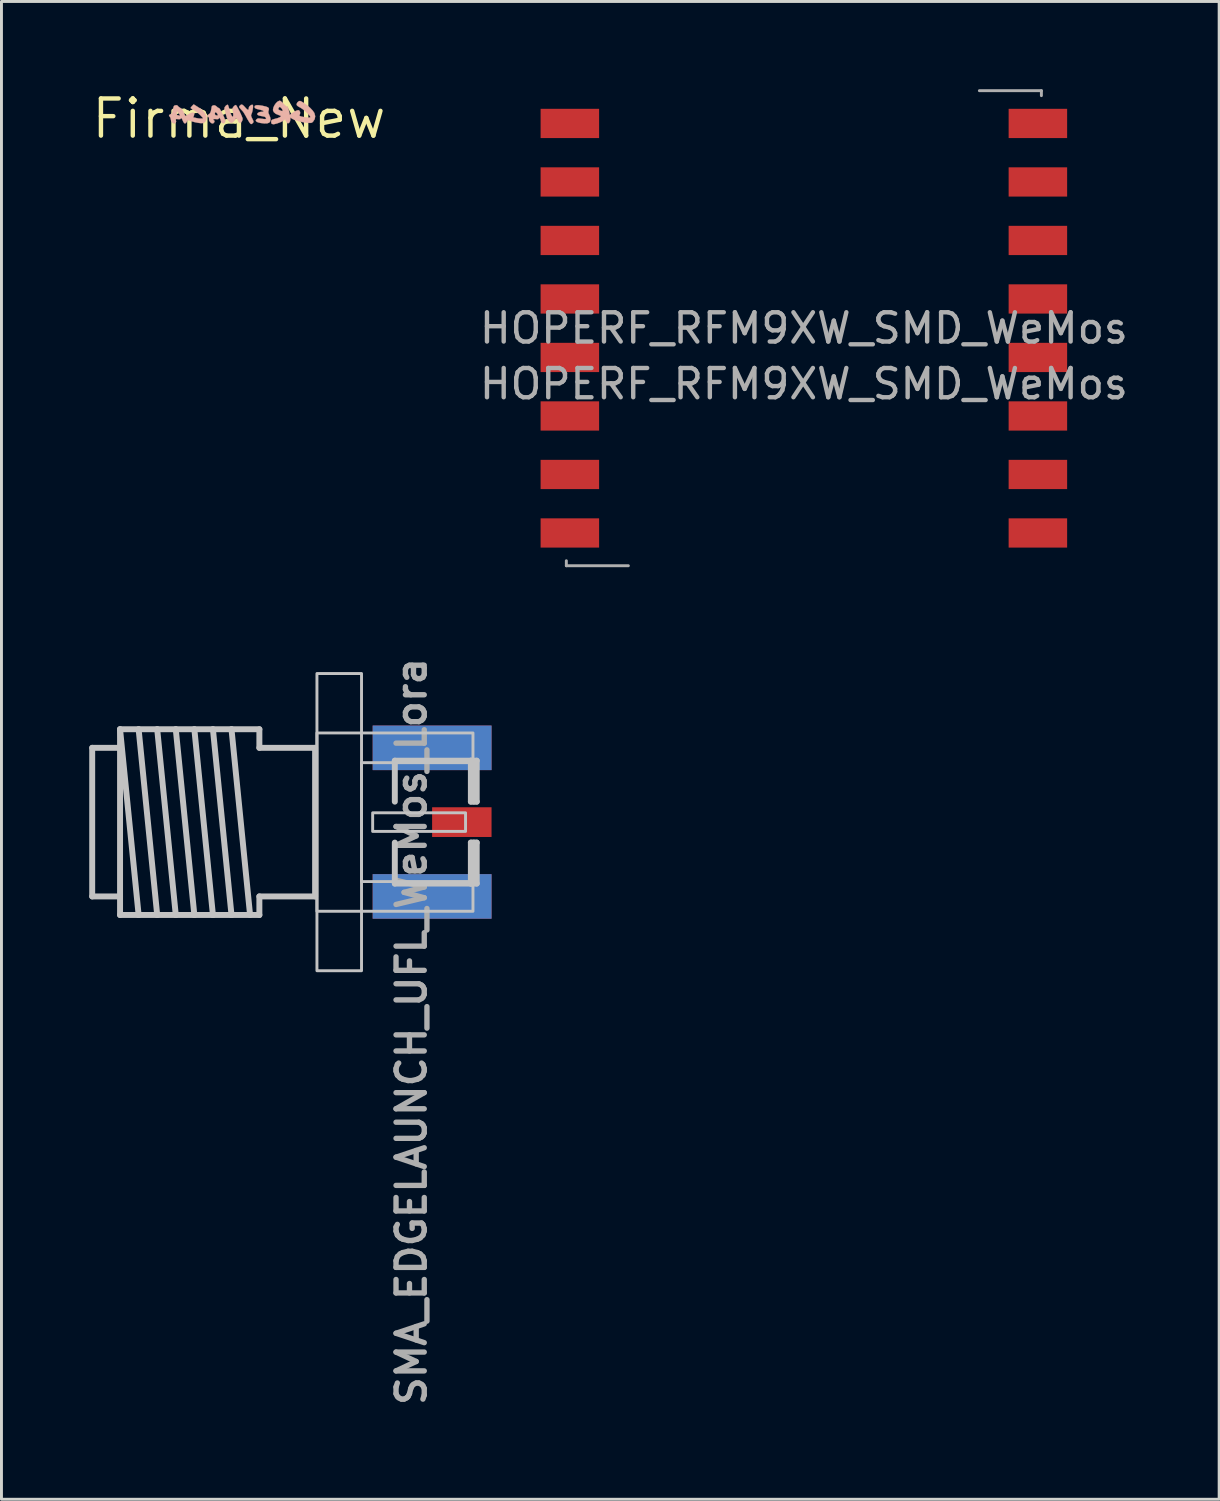
<source format=kicad_pcb>
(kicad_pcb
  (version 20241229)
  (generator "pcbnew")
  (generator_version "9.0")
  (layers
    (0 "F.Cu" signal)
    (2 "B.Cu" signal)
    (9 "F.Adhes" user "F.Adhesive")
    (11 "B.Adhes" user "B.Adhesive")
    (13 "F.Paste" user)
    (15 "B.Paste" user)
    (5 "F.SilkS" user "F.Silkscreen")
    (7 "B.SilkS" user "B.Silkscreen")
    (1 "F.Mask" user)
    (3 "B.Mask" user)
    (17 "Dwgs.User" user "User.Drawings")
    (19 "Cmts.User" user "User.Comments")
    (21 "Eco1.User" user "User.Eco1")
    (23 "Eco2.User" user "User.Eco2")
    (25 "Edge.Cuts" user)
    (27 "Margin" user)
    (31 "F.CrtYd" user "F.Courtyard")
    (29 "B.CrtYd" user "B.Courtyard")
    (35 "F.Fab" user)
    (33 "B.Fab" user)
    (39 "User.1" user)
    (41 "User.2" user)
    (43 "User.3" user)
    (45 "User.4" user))
  (footprint "SMA_EDGELAUNCH_UFL_WeMos_Lora"
    (layer "F.Cu")
    (at 9.69 25.055)
    (property "Reference" "SMA_EDGELAUNCH_UFL_WeMos_Lora" (at 0.762 -5.715 90) (layer "F.Fab") (effects (font (size 0.965 0.965) (thickness 0.183)) (justify right top)))
    (attr through_hole)
    (fp_poly (pts (xy 0.889 -0.938) (xy 3.226 -0.938) (xy 3.226 -1.853) (xy 0.889 -1.853)) (stroke (width 0) (type solid)) (fill yes) (layer "F.Mask"))
    (fp_poly (pts (xy 0.889 1.853) (xy 3.226 1.853) (xy 3.226 0.938) (xy 0.889 0.938)) (stroke (width 0) (type solid)) (fill yes) (layer "F.Mask"))
    (fp_poly (pts (xy 0.991 -0.989) (xy 3.124 -0.989) (xy 3.124 -1.802) (xy 0.991 -1.802)) (stroke (width 0) (type solid)) (fill yes) (layer "F.Paste"))
    (fp_poly (pts (xy 0.991 1.802) (xy 3.124 1.802) (xy 3.124 0.989) (xy 0.991 0.989)) (stroke (width 0) (type solid)) (fill yes) (layer "F.Paste"))
    (fp_poly (pts (xy 3.2 0.483) (xy 3.962 0.483) (xy 3.962 -0.483) (xy 3.2 -0.483)) (stroke (width 0) (type solid)) (fill yes) (layer "F.Paste"))
    (fp_line (start -9.588 -2.54) (end -8.636 -2.54) (stroke (width 0.203) (type solid)) (layer "Dwgs.User"))
    (fp_line (start -9.588 2.54) (end -9.588 -2.54) (stroke (width 0.203) (type solid)) (layer "Dwgs.User"))
    (fp_line (start -8.636 -3.175) (end -8.001 -3.175) (stroke (width 0.203) (type solid)) (layer "Dwgs.User"))
    (fp_line (start -8.636 -3.175) (end -8.001 3.175) (stroke (width 0.203) (type solid)) (layer "Dwgs.User"))
    (fp_line (start -8.636 -2.54) (end -8.636 -3.175) (stroke (width 0.203) (type solid)) (layer "Dwgs.User"))
    (fp_line (start -8.636 -2.54) (end -8.636 2.54) (stroke (width 0.203) (type solid)) (layer "Dwgs.User"))
    (fp_line (start -8.636 2.54) (end -9.588 2.54) (stroke (width 0.203) (type solid)) (layer "Dwgs.User"))
    (fp_line (start -8.636 3.175) (end -8.636 2.54) (stroke (width 0.203) (type solid)) (layer "Dwgs.User"))
    (fp_line (start -8.001 -3.175) (end -7.366 -3.175) (stroke (width 0.203) (type solid)) (layer "Dwgs.User"))
    (fp_line (start -8.001 -3.175) (end -7.366 3.175) (stroke (width 0.203) (type solid)) (layer "Dwgs.User"))
    (fp_line (start -8.001 3.175) (end -8.636 3.175) (stroke (width 0.203) (type solid)) (layer "Dwgs.User"))
    (fp_line (start -7.366 -3.175) (end -6.731 -3.175) (stroke (width 0.203) (type solid)) (layer "Dwgs.User"))
    (fp_line (start -7.366 -3.175) (end -6.731 3.175) (stroke (width 0.203) (type solid)) (layer "Dwgs.User"))
    (fp_line (start -7.366 3.175) (end -8.001 3.175) (stroke (width 0.203) (type solid)) (layer "Dwgs.User"))
    (fp_line (start -6.731 -3.175) (end -6.096 -3.175) (stroke (width 0.203) (type solid)) (layer "Dwgs.User"))
    (fp_line (start -6.731 -3.175) (end -6.096 3.175) (stroke (width 0.203) (type solid)) (layer "Dwgs.User"))
    (fp_line (start -6.731 3.175) (end -7.366 3.175) (stroke (width 0.203) (type solid)) (layer "Dwgs.User"))
    (fp_line (start -6.096 -3.175) (end -5.461 -3.175) (stroke (width 0.203) (type solid)) (layer "Dwgs.User"))
    (fp_line (start -6.096 -3.175) (end -5.461 3.175) (stroke (width 0.203) (type solid)) (layer "Dwgs.User"))
    (fp_line (start -6.096 3.175) (end -6.731 3.175) (stroke (width 0.203) (type solid)) (layer "Dwgs.User"))
    (fp_line (start -5.461 -3.175) (end -4.826 -3.175) (stroke (width 0.203) (type solid)) (layer "Dwgs.User"))
    (fp_line (start -5.461 -3.175) (end -4.826 3.175) (stroke (width 0.203) (type solid)) (layer "Dwgs.User"))
    (fp_line (start -5.461 3.175) (end -6.096 3.175) (stroke (width 0.203) (type solid)) (layer "Dwgs.User"))
    (fp_line (start -4.826 -3.175) (end -4.191 3.175) (stroke (width 0.203) (type solid)) (layer "Dwgs.User"))
    (fp_line (start -4.826 -3.175) (end -3.873 -3.175) (stroke (width 0.203) (type solid)) (layer "Dwgs.User"))
    (fp_line (start -4.826 3.175) (end -5.461 3.175) (stroke (width 0.203) (type solid)) (layer "Dwgs.User"))
    (fp_line (start -3.873 -3.175) (end -3.873 -2.54) (stroke (width 0.203) (type solid)) (layer "Dwgs.User"))
    (fp_line (start -3.873 -2.54) (end -1.968 -2.54) (stroke (width 0.203) (type solid)) (layer "Dwgs.User"))
    (fp_line (start -3.873 2.54) (end -3.873 3.175) (stroke (width 0.203) (type solid)) (layer "Dwgs.User"))
    (fp_line (start -3.873 3.175) (end -4.826 3.175) (stroke (width 0.203) (type solid)) (layer "Dwgs.User"))
    (fp_line (start -1.968 -2.54) (end -1.968 2.54) (stroke (width 0.203) (type solid)) (layer "Dwgs.User"))
    (fp_line (start -1.968 2.54) (end -3.873 2.54) (stroke (width 0.203) (type solid)) (layer "Dwgs.User"))
    (fp_line (start 0.757 -0.7) (end 0.757 -2.1) (stroke (width 0.203) (type solid)) (layer "Dwgs.User"))
    (fp_line (start 0.757 2.1) (end 0.757 0.7) (stroke (width 0.203) (type solid)) (layer "Dwgs.User"))
    (fp_line (start 0.757 2.1) (end 3.357 2.1) (stroke (width 0.203) (type solid)) (layer "Dwgs.User"))
    (fp_line (start 3.357 -2.1) (end 0.757 -2.1) (stroke (width 0.203) (type solid)) (layer "Dwgs.User"))
    (fp_line (start 3.357 -0.7) (end 3.357 -2.1) (stroke (width 0.203) (type solid)) (layer "Dwgs.User"))
    (fp_line (start 3.357 2.1) (end 3.357 0.7) (stroke (width 0.203) (type solid)) (layer "Dwgs.User"))
    (fp_line (start 3.457 -0.7) (end 3.457 -2) (stroke (width 0.203) (type solid)) (layer "Dwgs.User"))
    (fp_line (start 3.457 2) (end 3.457 0.7) (stroke (width 0.203) (type solid)) (layer "Dwgs.User"))
    (fp_line (start 3.557 -2.1) (end 3.357 -2.1) (stroke (width 0.203) (type solid)) (layer "Dwgs.User"))
    (fp_line (start 3.557 -0.7) (end 3.357 -0.7) (stroke (width 0.203) (type solid)) (layer "Dwgs.User"))
    (fp_line (start 3.557 -0.7) (end 3.557 -2.1) (stroke (width 0.203) (type solid)) (layer "Dwgs.User"))
    (fp_line (start 3.557 0.7) (end 3.357 0.7) (stroke (width 0.203) (type solid)) (layer "Dwgs.User"))
    (fp_line (start 3.557 2.1) (end 3.357 2.1) (stroke (width 0.203) (type solid)) (layer "Dwgs.User"))
    (fp_line (start 3.557 2.1) (end 3.557 0.7) (stroke (width 0.203) (type solid)) (layer "Dwgs.User"))
    (fp_poly (pts (xy -1.905 -5.08) (xy -0.381 -5.08) (xy -0.381 5.08) (xy -1.905 5.08)) (stroke (width 0.1) (type solid)) (fill no) (layer "Dwgs.User"))
    (fp_poly (pts (xy 0 0.318) (xy 3.175 0.318) (xy 3.175 -0.318) (xy 0 -0.318)) (stroke (width 0.1) (type solid)) (fill no) (layer "Dwgs.User"))
    (fp_poly (pts (xy -1.905 -3.048) (xy 3.429 -3.048) (xy 3.429 -2.032) (xy -0.381 -2.032) (xy -0.381 2.032) (xy 3.429 2.032) (xy 3.429 3.048) (xy -1.905 3.048)) (stroke (width 0.1) (type solid)) (fill no) (layer "Dwgs.User"))
    (pad "1" smd rect (at 3.048 0 90) (size 1.016 2.032) (layers "F.Cu" "F.Mask" "F.Paste"))
    (pad "2" smd rect (at 2.032 2.54 90) (size 1.524 4.064) (layers "F.Cu" "F.Mask" "F.Paste"))
    (pad "3" smd rect (at 2.032 -2.54 90) (size 1.524 4.064) (layers "F.Cu" "F.Mask" "F.Paste"))
    (pad "4" smd rect (at 2.032 -2.54 90) (size 1.524 4.064) (layers "B.Cu" "B.Mask" "B.Paste"))
    (pad "5" smd rect (at 2.032 2.54 90) (size 1.524 4.064) (layers "B.Cu" "B.Mask" "B.Paste")))
  (footprint "HOPERF_RFM9XW_SMD_WeMos"
    (layer "F.Cu")
    (at 24.431 8.17)
    (property "Reference" "HOPERF_RFM9XW_SMD_WeMos" (at 0 1.905 0) (layer "F.Fab") (effects (font (size 1 1) (thickness 0.15))))
    (attr smd)
    (fp_line (start -8.12 8.12) (end -8.12 7.95) (stroke (width 0.1) (type solid)) (layer "F.Fab"))
    (fp_line (start -8.12 8.12) (end -6 8.12) (stroke (width 0.1) (type solid)) (layer "F.Fab"))
    (fp_line (start 6 -8.12) (end 8.12 -8.12) (stroke (width 0.1) (type solid)) (layer "F.Fab"))
    (fp_line (start 8.12 -8.12) (end 8.12 -7.95) (stroke (width 0.1) (type solid)) (layer "F.Fab"))
    (fp_text user "${REFERENCE}" (at 0 0 0) (layer "F.Fab") (effects (font (size 1 1) (thickness 0.15))))
    (pad "1" smd rect (at -8 -7) (size 2 1) (layers "F.Cu" "F.Mask" "F.Paste"))
    (pad "2" smd rect (at -8 -5) (size 2 1) (layers "F.Cu" "F.Mask" "F.Paste"))
    (pad "3" smd rect (at -8 -3) (size 2 1) (layers "F.Cu" "F.Mask" "F.Paste"))
    (pad "4" smd rect (at -8 -1) (size 2 1) (layers "F.Cu" "F.Mask" "F.Paste"))
    (pad "5" smd rect (at -8 1) (size 2 1) (layers "F.Cu" "F.Mask" "F.Paste"))
    (pad "6" smd rect (at -8 3) (size 2 1) (layers "F.Cu" "F.Mask" "F.Paste"))
    (pad "7" smd rect (at -8 5) (size 2 1) (layers "F.Cu" "F.Mask" "F.Paste"))
    (pad "8" smd rect (at -8 7) (size 2 1) (layers "F.Cu" "F.Mask" "F.Paste"))
    (pad "9" smd rect (at 8 7) (size 2 1) (layers "F.Cu" "F.Mask" "F.Paste"))
    (pad "10" smd rect (at 8 5) (size 2 1) (layers "F.Cu" "F.Mask" "F.Paste"))
    (pad "11" smd rect (at 8 3) (size 2 1) (layers "F.Cu" "F.Mask" "F.Paste"))
    (pad "12" smd rect (at 8 1) (size 2 1) (layers "F.Cu" "F.Mask" "F.Paste"))
    (pad "13" smd rect (at 8 -1) (size 2 1) (layers "F.Cu" "F.Mask" "F.Paste"))
    (pad "14" smd rect (at 8 -3) (size 2 1) (layers "F.Cu" "F.Mask" "F.Paste"))
    (pad "15" smd rect (at 8 -5) (size 2 1) (layers "F.Cu" "F.Mask" "F.Paste"))
    (pad "16" smd rect (at 8 -7) (size 2 1) (layers "F.Cu" "F.Mask" "F.Paste")))
  (footprint "Firma_New"
    (layer "F.Cu")
    (at 5.118 1.006)
    (property "Reference" "Firma_New" (at 0 0 0) (layer "F.SilkS") (effects (font (size 1.27 1.27) (thickness 0.15))))
    (attr through_hole)
    (fp_poly (pts (xy 0.142 -0.458) (xy 0.196 -0.404) (xy 0.215 -0.382) (xy 0.271 -0.323) (xy 0.309 -0.301) (xy 0.33 -0.314) (xy 0.338 -0.364) (xy 0.338 -0.375) (xy 0.353 -0.412) (xy 0.388 -0.447) (xy 0.43 -0.47) (xy 0.465 -0.474) (xy 0.477 -0.465) (xy 0.483 -0.428) (xy 0.479 -0.365) (xy 0.468 -0.29) (xy 0.451 -0.218) (xy 0.431 -0.164) (xy 0.416 -0.127) (xy 0.416 -0.093) (xy 0.433 -0.046) (xy 0.456 0.002) (xy 0.486 0.064) (xy 0.498 0.101) (xy 0.493 0.127) (xy 0.474 0.15) (xy 0.437 0.184) (xy 0.408 0.183) (xy 0.377 0.153) (xy 0.352 0.118) (xy 0.315 0.057) (xy 0.271 -0.019) (xy 0.256 -0.048) (xy 0.213 -0.125) (xy 0.174 -0.19) (xy 0.147 -0.232) (xy 0.141 -0.239) (xy 0.112 -0.272) (xy 0.068 -0.319) (xy 0.055 -0.334) (xy 0.017 -0.377) (xy 0.006 -0.404) (xy 0.018 -0.428) (xy 0.031 -0.444) (xy 0.068 -0.476) (xy 0.102 -0.482) (xy 0.142 -0.458)) (stroke (width 0.01) (type solid)) (fill yes) (layer "B.SilkS"))
    (fp_poly (pts (xy -0.378 -0.471) (xy -0.365 -0.444) (xy -0.346 -0.387) (xy -0.327 -0.317) (xy -0.293 -0.203) (xy -0.26 -0.12) (xy -0.228 -0.073) (xy -0.209 -0.064) (xy -0.198 -0.082) (xy -0.194 -0.129) (xy -0.197 -0.192) (xy -0.205 -0.257) (xy -0.217 -0.311) (xy -0.221 -0.322) (xy -0.217 -0.358) (xy -0.19 -0.404) (xy -0.15 -0.445) (xy -0.111 -0.465) (xy -0.105 -0.466) (xy -0.088 -0.448) (xy -0.059 -0.4) (xy -0.022 -0.331) (xy 0.019 -0.251) (xy 0.059 -0.168) (xy 0.093 -0.091) (xy 0.117 -0.03) (xy 0.127 0.007) (xy 0.127 0.009) (xy 0.115 0.066) (xy 0.087 0.116) (xy 0.051 0.146) (xy 0.039 0.148) (xy 0.001 0.127) (xy -0.034 0.065) (xy -0.034 0.064) (xy -0.06 0.011) (xy -0.085 -0.019) (xy -0.102 -0.02) (xy -0.106 -0.002) (xy -0.12 0.025) (xy -0.153 0.067) (xy -0.194 0.109) (xy -0.231 0.14) (xy -0.247 0.148) (xy -0.277 0.137) (xy -0.313 0.115) (xy -0.365 0.063) (xy -0.406 -0.015) (xy -0.441 -0.128) (xy -0.451 -0.172) (xy -0.469 -0.248) (xy -0.486 -0.311) (xy -0.496 -0.343) (xy -0.493 -0.376) (xy -0.469 -0.417) (xy -0.434 -0.454) (xy -0.399 -0.474) (xy -0.378 -0.471)) (stroke (width 0.01) (type solid)) (fill yes) (layer "B.SilkS"))
    (fp_poly (pts (xy 0.792 -0.443) (xy 0.813 -0.438) (xy 0.916 -0.415) (xy 0.982 -0.391) (xy 1.017 -0.363) (xy 1.026 -0.327) (xy 1.015 -0.281) (xy 1.004 -0.231) (xy 1.012 -0.182) (xy 1.036 -0.13) (xy 1.064 -0.058) (xy 1.079 0.013) (xy 1.079 0.03) (xy 1.068 0.095) (xy 1.032 0.138) (xy 0.967 0.161) (xy 0.87 0.164) (xy 0.738 0.148) (xy 0.732 0.147) (xy 0.664 0.13) (xy 0.611 0.108) (xy 0.595 0.096) (xy 0.575 0.069) (xy 0.584 0.044) (xy 0.604 0.023) (xy 0.631 0.001) (xy 0.664 -0.008) (xy 0.715 -0.005) (xy 0.78 0.004) (xy 0.865 0.014) (xy 0.914 0.013) (xy 0.931 -0.002) (xy 0.921 -0.033) (xy 0.918 -0.038) (xy 0.878 -0.066) (xy 0.802 -0.083) (xy 0.789 -0.085) (xy 0.72 -0.097) (xy 0.665 -0.115) (xy 0.648 -0.125) (xy 0.625 -0.15) (xy 0.631 -0.174) (xy 0.648 -0.194) (xy 0.704 -0.225) (xy 0.765 -0.233) (xy 0.824 -0.239) (xy 0.844 -0.253) (xy 0.824 -0.273) (xy 0.765 -0.294) (xy 0.757 -0.296) (xy 0.683 -0.314) (xy 0.615 -0.331) (xy 0.603 -0.334) (xy 0.549 -0.363) (xy 0.533 -0.397) (xy 0.544 -0.437) (xy 0.59 -0.458) (xy 0.672 -0.46) (xy 0.792 -0.443)) (stroke (width 0.01) (type solid)) (fill yes) (layer "B.SilkS"))
    (fp_poly (pts (xy -0.779 -0.428) (xy -0.763 -0.414) (xy -0.719 -0.378) (xy -0.684 -0.36) (xy -0.68 -0.36) (xy -0.661 -0.342) (xy -0.63 -0.294) (xy -0.593 -0.226) (xy -0.553 -0.147) (xy -0.516 -0.067) (xy -0.487 0.005) (xy -0.469 0.059) (xy -0.466 0.079) (xy -0.481 0.132) (xy -0.52 0.158) (xy -0.57 0.149) (xy -0.605 0.116) (xy -0.615 0.089) (xy -0.625 0.043) (xy -0.643 0.003) (xy -0.664 -0.03) (xy -0.677 -0.027) (xy -0.685 -0.01) (xy -0.704 0.013) (xy -0.742 0.019) (xy -0.784 0.015) (xy -0.844 0.013) (xy -0.878 0.023) (xy -0.878 0.042) (xy -0.855 0.059) (xy -0.833 0.081) (xy -0.841 0.116) (xy -0.845 0.124) (xy -0.881 0.163) (xy -0.927 0.161) (xy -0.983 0.12) (xy -1.02 0.066) (xy -1.022 0.014) (xy -1.023 -0.035) (xy -1.045 -0.055) (xy -1.076 -0.082) (xy -1.071 -0.117) (xy -1.033 -0.149) (xy -1.028 -0.151) (xy -0.99 -0.181) (xy -0.986 -0.19) (xy -0.824 -0.19) (xy -0.821 -0.148) (xy -0.8 -0.12) (xy -0.799 -0.12) (xy -0.752 -0.108) (xy -0.723 -0.114) (xy -0.72 -0.122) (xy -0.732 -0.156) (xy -0.759 -0.193) (xy -0.789 -0.218) (xy -0.806 -0.221) (xy -0.824 -0.19) (xy -0.986 -0.19) (xy -0.965 -0.235) (xy -0.954 -0.279) (xy -0.941 -0.345) (xy -0.933 -0.396) (xy -0.931 -0.411) (xy -0.913 -0.437) (xy -0.875 -0.454) (xy -0.826 -0.456) (xy -0.779 -0.428)) (stroke (width 0.01) (type solid)) (fill yes) (layer "B.SilkS"))
    (fp_poly (pts (xy -1.424 -0.411) (xy -1.336 -0.354) (xy -1.273 -0.307) (xy -1.226 -0.263) (xy -1.182 -0.21) (xy -1.161 -0.182) (xy -1.112 -0.089) (xy -1.104 -0.001) (xy -1.137 0.08) (xy -1.151 0.099) (xy -1.187 0.134) (xy -1.225 0.15) (xy -1.282 0.154) (xy -1.314 0.153) (xy -1.395 0.143) (xy -1.501 0.122) (xy -1.614 0.092) (xy -1.72 0.059) (xy -1.752 0.048) (xy -1.774 0.046) (xy -1.771 0.058) (xy -1.773 0.088) (xy -1.797 0.129) (xy -1.829 0.162) (xy -1.855 0.162) (xy -1.87 0.151) (xy -1.899 0.113) (xy -1.925 0.056) (xy -1.927 0.051) (xy -1.948 0.004) (xy -1.971 -0.021) (xy -1.987 -0.016) (xy -1.99 0.003) (xy -2.009 0.017) (xy -2.068 0.018) (xy -2.085 0.016) (xy -2.148 0.013) (xy -2.177 0.022) (xy -2.18 0.033) (xy -2.165 0.063) (xy -2.156 0.068) (xy -2.145 0.088) (xy -2.156 0.122) (xy -2.181 0.154) (xy -2.211 0.169) (xy -2.213 0.169) (xy -2.25 0.155) (xy -2.286 0.127) (xy -2.318 0.075) (xy -2.328 0.028) (xy -2.342 -0.031) (xy -2.365 -0.069) (xy -2.39 -0.101) (xy -2.383 -0.122) (xy -2.362 -0.139) (xy -2.351 -0.145) (xy -2.128 -0.145) (xy -2.113 -0.124) (xy -2.079 -0.112) (xy -2.039 -0.106) (xy -2.013 -0.109) (xy -2.011 -0.112) (xy -2.022 -0.132) (xy -2.05 -0.172) (xy -2.061 -0.187) (xy -2.112 -0.255) (xy -2.126 -0.199) (xy -2.128 -0.145) (xy -2.351 -0.145) (xy -2.325 -0.158) (xy -2.306 -0.158) (xy -2.293 -0.171) (xy -2.277 -0.216) (xy -2.264 -0.27) (xy -2.247 -0.354) (xy -2.233 -0.406) (xy -2.219 -0.434) (xy -2.2 -0.448) (xy -2.17 -0.457) (xy -2.168 -0.457) (xy -2.118 -0.46) (xy -2.092 -0.437) (xy -2.06 -0.403) (xy -2.01 -0.37) (xy -2.008 -0.369) (xy -1.953 -0.323) (xy -1.903 -0.243) (xy -1.891 -0.215) (xy -1.862 -0.152) (xy -1.84 -0.106) (xy -1.831 -0.089) (xy -1.812 -0.096) (xy -1.77 -0.121) (xy -1.745 -0.137) (xy -1.66 -0.186) (xy -1.592 -0.207) (xy -1.547 -0.201) (xy -1.527 -0.168) (xy -1.537 -0.109) (xy -1.538 -0.107) (xy -1.562 -0.044) (xy -1.453 -0.02) (xy -1.377 -0.007) (xy -1.306 -0.002) (xy -1.281 -0.003) (xy -1.217 -0.011) (xy -1.316 -0.116) (xy -1.389 -0.185) (xy -1.475 -0.25) (xy -1.533 -0.286) (xy -1.594 -0.321) (xy -1.637 -0.35) (xy -1.651 -0.366) (xy -1.637 -0.391) (xy -1.604 -0.43) (xy -1.598 -0.436) (xy -1.546 -0.488) (xy -1.424 -0.411)) (stroke (width 0.01) (type solid)) (fill yes) (layer "B.SilkS"))
    (fp_poly (pts (xy 1.43 -0.598) (xy 1.477 -0.558) (xy 1.523 -0.509) (xy 1.578 -0.451) (xy 1.62 -0.419) (xy 1.64 -0.416) (xy 1.659 -0.413) (xy 1.676 -0.386) (xy 1.695 -0.329) (xy 1.716 -0.238) (xy 1.725 -0.195) (xy 1.739 -0.126) (xy 1.796 -0.174) (xy 1.853 -0.214) (xy 1.923 -0.253) (xy 1.942 -0.262) (xy 2.002 -0.286) (xy 2.039 -0.289) (xy 2.063 -0.276) (xy 2.092 -0.227) (xy 2.089 -0.162) (xy 2.075 -0.129) (xy 2.069 -0.106) (xy 2.084 -0.09) (xy 2.127 -0.075) (xy 2.174 -0.064) (xy 2.296 -0.041) (xy 2.381 -0.033) (xy 2.432 -0.042) (xy 2.438 -0.044) (xy 2.439 -0.067) (xy 2.412 -0.108) (xy 2.365 -0.162) (xy 2.303 -0.222) (xy 2.234 -0.283) (xy 2.163 -0.337) (xy 2.097 -0.379) (xy 2.093 -0.38) (xy 2.025 -0.419) (xy 1.987 -0.449) (xy 1.973 -0.476) (xy 1.973 -0.501) (xy 1.995 -0.55) (xy 2.033 -0.586) (xy 2.064 -0.602) (xy 2.092 -0.604) (xy 2.129 -0.59) (xy 2.187 -0.556) (xy 2.213 -0.539) (xy 2.33 -0.457) (xy 2.435 -0.367) (xy 2.52 -0.277) (xy 2.577 -0.195) (xy 2.582 -0.183) (xy 2.607 -0.083) (xy 2.591 0.014) (xy 2.536 0.1) (xy 2.508 0.127) (xy 2.479 0.142) (xy 2.437 0.146) (xy 2.37 0.144) (xy 2.328 0.141) (xy 2.226 0.127) (xy 2.114 0.105) (xy 2.003 0.075) (xy 1.905 0.043) (xy 1.831 0.01) (xy 1.798 -0.012) (xy 1.771 -0.034) (xy 1.759 -0.027) (xy 1.757 0.014) (xy 1.757 0.027) (xy 1.746 0.093) (xy 1.718 0.14) (xy 1.68 0.159) (xy 1.663 0.156) (xy 1.635 0.13) (xy 1.608 0.084) (xy 1.583 0.023) (xy 1.527 0.064) (xy 1.467 0.099) (xy 1.384 0.135) (xy 1.295 0.166) (xy 1.216 0.186) (xy 1.175 0.191) (xy 1.13 0.18) (xy 1.109 0.16) (xy 1.102 0.115) (xy 1.104 0.082) (xy 1.117 0.052) (xy 1.15 0.031) (xy 1.213 0.012) (xy 1.224 0.009) (xy 1.312 -0.014) (xy 1.382 -0.041) (xy 1.428 -0.068) (xy 1.439 -0.085) (xy 1.421 -0.099) (xy 1.376 -0.118) (xy 1.358 -0.124) (xy 1.258 -0.166) (xy 1.193 -0.221) (xy 1.165 -0.286) (xy 1.164 -0.299) (xy 1.169 -0.328) (xy 1.344 -0.328) (xy 1.36 -0.307) (xy 1.401 -0.286) (xy 1.461 -0.262) (xy 1.492 -0.257) (xy 1.502 -0.27) (xy 1.503 -0.279) (xy 1.489 -0.311) (xy 1.457 -0.352) (xy 1.421 -0.388) (xy 1.394 -0.402) (xy 1.372 -0.386) (xy 1.354 -0.359) (xy 1.344 -0.328) (xy 1.169 -0.328) (xy 1.178 -0.377) (xy 1.215 -0.458) (xy 1.267 -0.531) (xy 1.326 -0.586) (xy 1.385 -0.613) (xy 1.398 -0.614) (xy 1.43 -0.598)) (stroke (width 0.01) (type solid)) (fill yes) (layer "B.SilkS")))
  (gr_rect
    (start -3 -3)
    (end 38.628 48.204)
    (stroke (width 0.1) (type default))
    (fill no)
    (layer "Edge.Cuts")))
</source>
